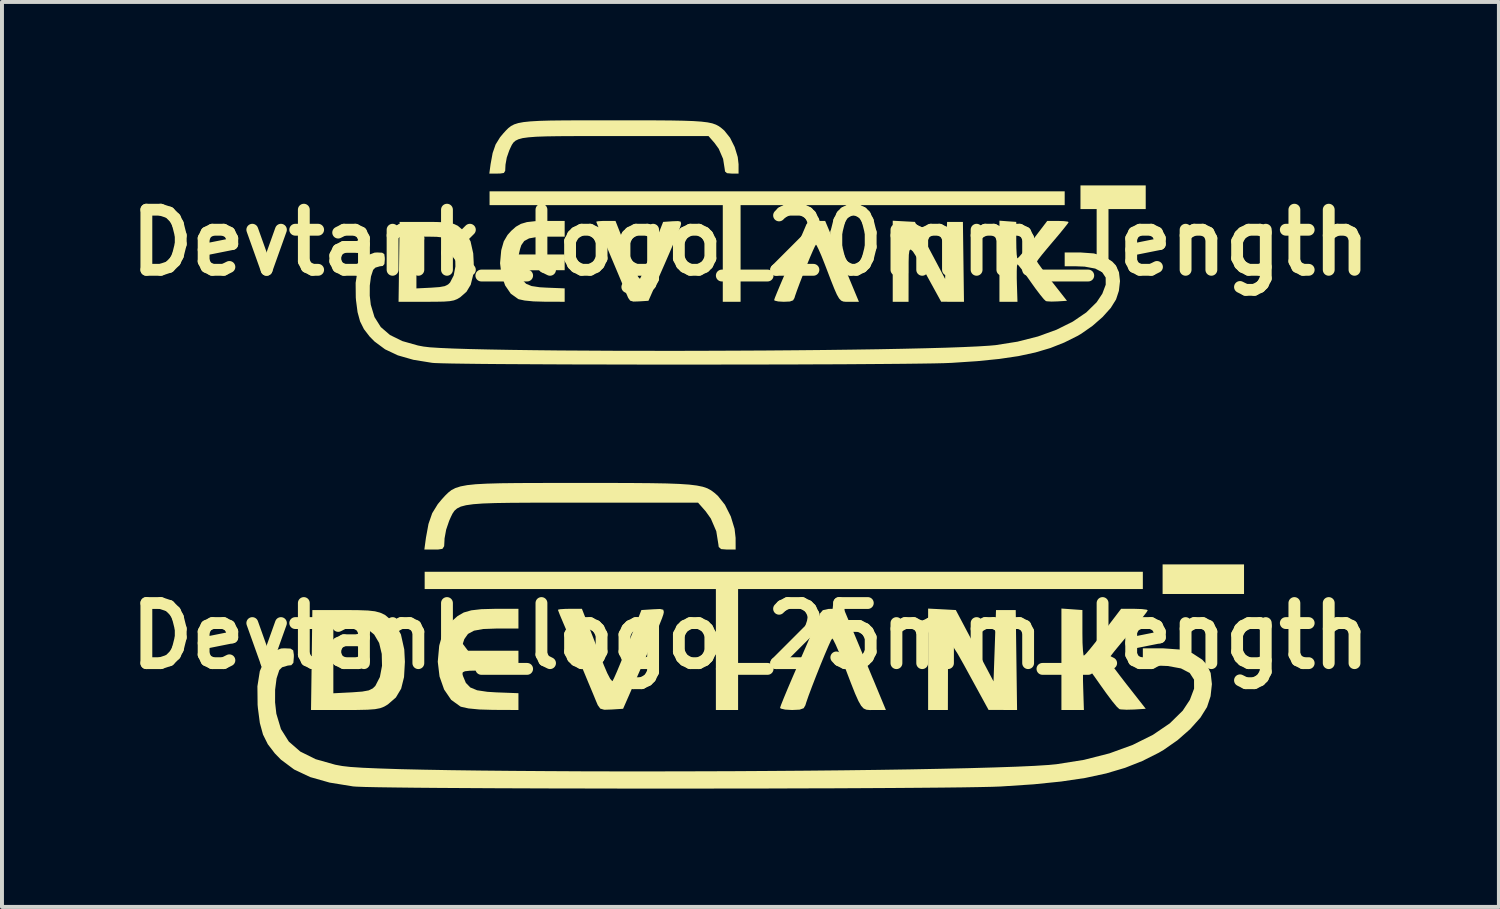
<source format=kicad_pcb>
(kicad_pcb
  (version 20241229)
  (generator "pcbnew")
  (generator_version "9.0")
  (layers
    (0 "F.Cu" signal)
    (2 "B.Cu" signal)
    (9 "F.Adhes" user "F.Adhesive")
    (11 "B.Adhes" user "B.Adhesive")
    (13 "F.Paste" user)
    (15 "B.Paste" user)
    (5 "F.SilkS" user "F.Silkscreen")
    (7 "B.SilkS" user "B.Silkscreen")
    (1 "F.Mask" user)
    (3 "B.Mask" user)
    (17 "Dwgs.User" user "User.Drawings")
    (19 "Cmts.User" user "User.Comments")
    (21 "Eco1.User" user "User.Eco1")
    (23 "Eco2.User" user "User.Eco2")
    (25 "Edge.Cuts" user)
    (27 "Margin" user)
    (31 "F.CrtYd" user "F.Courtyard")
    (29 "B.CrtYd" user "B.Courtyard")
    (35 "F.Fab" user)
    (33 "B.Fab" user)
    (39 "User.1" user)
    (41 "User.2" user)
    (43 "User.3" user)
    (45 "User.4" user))
  (footprint "Devtank_logo_20mm_length"
    (layer "F.Cu")
    (at 15.973 3.1)
    (property "Reference" "Devtank_logo_20mm_length" (at 0 0 0) (layer "F.SilkS") (effects (font (size 1.524 1.524) (thickness 0.3))))
    (attr board_only exclude_from_pos_files exclude_from_bom)
    (fp_poly (pts (xy 10.02 -0.85) (xy 8.366 -0.85) (xy 8.366 -1.45) (xy 10.02 -1.45)) (stroke (width 0) (type solid)) (fill yes) (layer "F.SilkS"))
    (fp_poly (pts (xy 7.966 -0.95) (xy -0.25 -0.95) (xy -0.25 1.5) (xy -0.701 1.5) (xy -0.701 -0.95) (xy -6.613 -0.95) (xy -6.613 -1.3) (xy 7.966 -1.3)) (stroke (width 0) (type solid)) (fill yes) (layer "F.SilkS"))
    (fp_poly (pts (xy 3.888 -0.54) (xy 4.169 -0.525) (xy 4.935 0.92) (xy 4.96 0.197) (xy 4.985 -0.525) (xy 5.386 -0.525) (xy 5.413 1.5) (xy 5.124 1.5) (xy 4.835 1.499) (xy 4.499 0.887) (xy 4.331 0.582) (xy 4.207 0.362) (xy 4.12 0.226) (xy 4.063 0.173) (xy 4.03 0.201) (xy 4.015 0.309) (xy 4.01 0.497) (xy 4.01 0.761) (xy 4.009 0.787) (xy 4.008 1.5) (xy 3.607 1.5) (xy 3.607 -0.555)) (stroke (width 0) (type solid)) (fill yes) (layer "F.SilkS"))
    (fp_poly (pts (xy -8.241 -0.525) (xy -7.963 -0.523) (xy -7.763 -0.515) (xy -7.622 -0.499) (xy -7.518 -0.473) (xy -7.431 -0.433) (xy -7.415 -0.424) (xy -7.224 -0.262) (xy -7.095 -0.031) (xy -7.027 0.274) (xy -7.014 0.523) (xy -7.032 0.833) (xy -7.091 1.068) (xy -7.198 1.246) (xy -7.359 1.387) (xy -7.435 1.432) (xy -7.516 1.464) (xy -7.621 1.484) (xy -7.769 1.495) (xy -7.982 1.499) (xy -8.225 1.5) (xy -8.92 1.5) (xy -8.915 1.161) (xy -8.467 1.161) (xy -8.085 1.142) (xy -7.88 1.127) (xy -7.749 1.103) (xy -7.666 1.062) (xy -7.614 1.011) (xy -7.522 0.832) (xy -7.479 0.605) (xy -7.484 0.364) (xy -7.537 0.143) (xy -7.636 -0.025) (xy -7.644 -0.033) (xy -7.721 -0.096) (xy -7.815 -0.132) (xy -7.955 -0.147) (xy -8.114 -0.15) (xy -8.467 -0.15) (xy -8.467 1.161) (xy -8.915 1.161) (xy -8.893 -0.525)) (stroke (width 0) (type solid)) (fill yes) (layer "F.SilkS"))
    (fp_poly (pts (xy -4.709 -0.55) (xy -4.709 -0.15) (xy -5.155 -0.15) (xy -5.424 -0.14) (xy -5.611 -0.107) (xy -5.734 -0.041) (xy -5.808 0.064) (xy -5.84 0.163) (xy -5.872 0.3) (xy -4.709 0.3) (xy -4.709 0.7) (xy -5.289 0.7) (xy -5.536 0.701) (xy -5.7 0.705) (xy -5.795 0.715) (xy -5.838 0.736) (xy -5.845 0.77) (xy -5.835 0.812) (xy -5.777 0.95) (xy -5.687 1.043) (xy -5.548 1.101) (xy -5.34 1.132) (xy -5.159 1.142) (xy -4.709 1.16) (xy -4.709 1.5) (xy -5.223 1.498) (xy -5.5 1.49) (xy -5.724 1.468) (xy -5.871 1.436) (xy -5.887 1.43) (xy -6.075 1.295) (xy -6.218 1.086) (xy -6.311 0.822) (xy -6.347 0.522) (xy -6.318 0.204) (xy -6.314 0.183) (xy -6.253 -0.03) (xy -6.158 -0.193) (xy -6.065 -0.297) (xy -5.945 -0.403) (xy -5.819 -0.475) (xy -5.666 -0.52) (xy -5.462 -0.543) (xy -5.185 -0.55) (xy -5.129 -0.55)) (stroke (width 0) (type solid)) (fill yes) (layer "F.SilkS"))
    (fp_poly (pts (xy -3.269 -0.163) (xy -3.173 0.084) (xy -3.067 0.355) (xy -2.977 0.588) (xy -2.907 0.753) (xy -2.846 0.869) (xy -2.805 0.915) (xy -2.799 0.913) (xy -2.769 0.855) (xy -2.71 0.721) (xy -2.629 0.529) (xy -2.535 0.295) (xy -2.488 0.175) (xy -2.213 -0.525) (xy -1.977 -0.541) (xy -1.835 -0.546) (xy -1.77 -0.532) (xy -1.758 -0.486) (xy -1.766 -0.441) (xy -1.794 -0.36) (xy -1.856 -0.205) (xy -1.945 0.01) (xy -2.055 0.267) (xy -2.178 0.55) (xy -2.189 0.575) (xy -2.585 1.475) (xy -2.822 1.49) (xy -2.967 1.495) (xy -3.048 1.472) (xy -3.099 1.401) (xy -3.136 1.315) (xy -3.199 1.164) (xy -3.289 0.946) (xy -3.398 0.686) (xy -3.514 0.411) (xy -3.626 0.144) (xy -3.724 -0.088) (xy -3.798 -0.26) (xy -3.813 -0.294) (xy -3.868 -0.426) (xy -3.903 -0.514) (xy -3.908 -0.531) (xy -3.863 -0.542) (xy -3.748 -0.549) (xy -3.664 -0.55) (xy -3.421 -0.55)) (stroke (width 0) (type solid)) (fill yes) (layer "F.SilkS"))
    (fp_poly (pts (xy 2.057 -0.163) (xy 2.14 0.037) (xy 2.248 0.296) (xy 2.367 0.581) (xy 2.483 0.858) (xy 2.485 0.863) (xy 2.75 1.5) (xy 2.508 1.5) (xy 2.422 1.501) (xy 2.354 1.494) (xy 2.299 1.47) (xy 2.247 1.415) (xy 2.191 1.318) (xy 2.125 1.168) (xy 2.039 0.952) (xy 1.927 0.659) (xy 1.88 0.537) (xy 1.8 0.336) (xy 1.73 0.176) (xy 1.68 0.075) (xy 1.661 0.051) (xy 1.634 0.095) (xy 1.58 0.212) (xy 1.506 0.383) (xy 1.422 0.589) (xy 1.334 0.808) (xy 1.251 1.022) (xy 1.181 1.21) (xy 1.131 1.353) (xy 1.116 1.404) (xy 1.081 1.464) (xy 0.999 1.493) (xy 0.846 1.5) (xy 0.705 1.492) (xy 0.616 1.471) (xy 0.601 1.456) (xy 0.62 1.398) (xy 0.674 1.264) (xy 0.756 1.068) (xy 0.86 0.825) (xy 0.98 0.549) (xy 0.993 0.518) (xy 1.117 0.236) (xy 1.228 -0.018) (xy 1.319 -0.229) (xy 1.385 -0.382) (xy 1.417 -0.46) (xy 1.418 -0.463) (xy 1.47 -0.522) (xy 1.584 -0.547) (xy 1.672 -0.55) (xy 1.894 -0.55)) (stroke (width 0) (type solid)) (fill yes) (layer "F.SilkS"))
    (fp_poly (pts (xy 6.525 -0.54) (xy 6.738 -0.525) (xy 6.738 -0.063) (xy 6.741 0.139) (xy 6.749 0.296) (xy 6.761 0.386) (xy 6.769 0.4) (xy 6.809 0.363) (xy 6.897 0.261) (xy 7.018 0.11) (xy 7.161 -0.075) (xy 7.162 -0.075) (xy 7.524 -0.55) (xy 7.795 -0.55) (xy 7.944 -0.545) (xy 8.043 -0.532) (xy 8.066 -0.52) (xy 8.035 -0.472) (xy 7.951 -0.365) (xy 7.827 -0.213) (xy 7.675 -0.033) (xy 7.665 -0.022) (xy 7.512 0.16) (xy 7.385 0.313) (xy 7.299 0.424) (xy 7.264 0.476) (xy 7.264 0.477) (xy 7.293 0.526) (xy 7.373 0.637) (xy 7.491 0.794) (xy 7.636 0.98) (xy 7.644 0.991) (xy 8.024 1.475) (xy 7.788 1.49) (xy 7.634 1.495) (xy 7.518 1.488) (xy 7.489 1.482) (xy 7.436 1.433) (xy 7.342 1.318) (xy 7.22 1.157) (xy 7.111 1.004) (xy 6.982 0.821) (xy 6.873 0.674) (xy 6.797 0.578) (xy 6.767 0.55) (xy 6.756 0.596) (xy 6.751 0.721) (xy 6.751 0.902) (xy 6.754 1.025) (xy 6.769 1.5) (xy 6.312 1.5) (xy 6.312 -0.556)) (stroke (width 0) (type solid)) (fill yes) (layer "F.SilkS"))
    (fp_poly (pts (xy -3.457 -3.1) (xy -2.891 -3.1) (xy -2.416 -3.099) (xy -2.023 -3.096) (xy -1.702 -3.09) (xy -1.446 -3.081) (xy -1.244 -3.067) (xy -1.087 -3.048) (xy -0.967 -3.023) (xy -0.874 -2.99) (xy -0.799 -2.95) (xy -0.733 -2.901) (xy -0.666 -2.843) (xy -0.658 -2.835) (xy -0.517 -2.658) (xy -0.399 -2.422) (xy -0.322 -2.17) (xy -0.301 -1.988) (xy -0.301 -1.75) (xy -0.476 -1.75) (xy -0.595 -1.76) (xy -0.644 -1.803) (xy -0.652 -1.863) (xy -0.693 -2.122) (xy -0.804 -2.379) (xy -0.91 -2.526) (xy -1.062 -2.7) (xy -3.426 -2.7) (xy -3.993 -2.7) (xy -4.468 -2.7) (xy -4.86 -2.698) (xy -5.178 -2.693) (xy -5.431 -2.684) (xy -5.626 -2.669) (xy -5.773 -2.649) (xy -5.88 -2.62) (xy -5.956 -2.583) (xy -6.009 -2.536) (xy -6.048 -2.478) (xy -6.082 -2.407) (xy -6.116 -2.331) (xy -6.177 -2.155) (xy -6.209 -1.976) (xy -6.211 -1.938) (xy -6.217 -1.818) (xy -6.252 -1.765) (xy -6.346 -1.751) (xy -6.416 -1.75) (xy -6.619 -1.75) (xy -6.587 -1.988) (xy -6.535 -2.271) (xy -6.46 -2.487) (xy -6.347 -2.67) (xy -6.269 -2.764) (xy -6.2 -2.84) (xy -6.137 -2.903) (xy -6.069 -2.955) (xy -5.989 -2.997) (xy -5.886 -3.03) (xy -5.751 -3.055) (xy -5.577 -3.073) (xy -5.352 -3.086) (xy -5.069 -3.094) (xy -4.719 -3.098) (xy -4.291 -3.1) (xy -3.777 -3.1)) (stroke (width 0) (type solid)) (fill yes) (layer "F.SilkS"))
    (fp_poly (pts (xy 8.705 0.274) (xy 8.968 0.349) (xy 9.171 0.48) (xy 9.264 0.58) (xy 9.342 0.751) (xy 9.368 0.975) (xy 9.34 1.222) (xy 9.268 1.441) (xy 9.133 1.657) (xy 8.926 1.887) (xy 8.669 2.112) (xy 8.384 2.311) (xy 8.288 2.367) (xy 7.955 2.533) (xy 7.604 2.672) (xy 7.222 2.785) (xy 6.794 2.877) (xy 6.307 2.949) (xy 5.749 3.005) (xy 5.104 3.048) (xy 5.079 3.049) (xy 4.905 3.056) (xy 4.644 3.062) (xy 4.303 3.067) (xy 3.891 3.072) (xy 3.413 3.076) (xy 2.88 3.08) (xy 2.296 3.084) (xy 1.671 3.086) (xy 1.012 3.089) (xy 0.327 3.09) (xy -0.378 3.091) (xy -1.094 3.092) (xy -1.814 3.092) (xy -2.53 3.092) (xy -3.235 3.091) (xy -3.92 3.089) (xy -4.58 3.088) (xy -5.206 3.085) (xy -5.789 3.082) (xy -6.324 3.079) (xy -6.802 3.075) (xy -7.216 3.07) (xy -7.558 3.065) (xy -7.821 3.059) (xy -7.996 3.053) (xy -8.066 3.048) (xy -8.543 2.971) (xy -8.938 2.858) (xy -9.262 2.705) (xy -9.53 2.506) (xy -9.654 2.38) (xy -9.797 2.194) (xy -9.895 1.998) (xy -9.959 1.764) (xy -9.998 1.465) (xy -10.004 1.394) (xy -10.008 1.02) (xy -9.96 0.714) (xy -9.862 0.48) (xy -9.717 0.325) (xy -9.527 0.254) (xy -9.462 0.25) (xy -9.336 0.256) (xy -9.282 0.291) (xy -9.269 0.382) (xy -9.268 0.425) (xy -9.278 0.543) (xy -9.32 0.592) (xy -9.392 0.6) (xy -9.507 0.634) (xy -9.564 0.691) (xy -9.619 0.859) (xy -9.649 1.089) (xy -9.65 1.345) (xy -9.624 1.575) (xy -9.53 1.887) (xy -9.37 2.141) (xy -9.137 2.342) (xy -8.825 2.496) (xy -8.428 2.608) (xy -8.286 2.635) (xy -8.125 2.654) (xy -7.872 2.67) (xy -7.535 2.685) (xy -7.119 2.698) (xy -6.634 2.709) (xy -6.087 2.719) (xy -5.485 2.727) (xy -4.835 2.734) (xy -4.147 2.738) (xy -3.426 2.742) (xy -2.681 2.743) (xy -1.92 2.744) (xy -1.149 2.742) (xy -0.376 2.739) (xy 0.39 2.735) (xy 1.143 2.729) (xy 1.874 2.722) (xy 2.577 2.713) (xy 3.244 2.703) (xy 3.866 2.691) (xy 4.437 2.678) (xy 4.949 2.664) (xy 5.394 2.648) (xy 5.765 2.631) (xy 6.054 2.613) (xy 6.212 2.599) (xy 6.769 2.511) (xy 7.288 2.379) (xy 7.759 2.208) (xy 8.171 2.003) (xy 8.513 1.77) (xy 8.775 1.513) (xy 8.92 1.295) (xy 9.006 1.067) (xy 9.005 0.886) (xy 8.916 0.75) (xy 8.74 0.658) (xy 8.473 0.609) (xy 8.254 0.6) (xy 7.966 0.6) (xy 7.966 0.25) (xy 8.368 0.25)) (stroke (width 0) (type solid)) (fill yes) (layer "F.SilkS")))
  (footprint "Devtank_logo_25mm_length"
    (layer "F.Cu")
    (at 15.973 13.071)
    (property "Reference" "Devtank_logo_25mm_length" (at 0 0 0) (layer "F.SilkS") (effects (font (size 1.524 1.524) (thickness 0.3))))
    (attr board_only exclude_from_pos_files exclude_from_bom)
    (fp_poly (pts (xy 12.512 -1.064) (xy 10.448 -1.064) (xy 10.448 -1.814) (xy 12.512 -1.814)) (stroke (width 0) (type solid)) (fill yes) (layer "F.SilkS"))
    (fp_poly (pts (xy 9.947 -1.189) (xy -0.313 -1.189) (xy -0.313 1.877) (xy -0.876 1.877) (xy -0.876 -1.189) (xy -8.258 -1.189) (xy -8.258 -1.627) (xy 9.947 -1.627)) (stroke (width 0) (type solid)) (fill yes) (layer "F.SilkS"))
    (fp_poly (pts (xy 4.855 -0.676) (xy 5.206 -0.657) (xy 5.684 0.247) (xy 6.162 1.151) (xy 6.194 0.247) (xy 6.225 -0.657) (xy 6.725 -0.657) (xy 6.759 1.877) (xy 6.398 1.876) (xy 6.037 1.876) (xy 5.618 1.11) (xy 5.409 0.728) (xy 5.254 0.453) (xy 5.145 0.283) (xy 5.074 0.216) (xy 5.033 0.252) (xy 5.013 0.387) (xy 5.008 0.621) (xy 5.007 0.952) (xy 5.007 0.985) (xy 5.005 1.877) (xy 4.504 1.877) (xy 4.504 -0.694)) (stroke (width 0) (type solid)) (fill yes) (layer "F.SilkS"))
    (fp_poly (pts (xy -10.291 -0.657) (xy -9.943 -0.654) (xy -9.694 -0.645) (xy -9.518 -0.625) (xy -9.388 -0.591) (xy -9.279 -0.541) (xy -9.259 -0.53) (xy -9.021 -0.328) (xy -8.86 -0.039) (xy -8.775 0.343) (xy -8.759 0.655) (xy -8.781 1.043) (xy -8.854 1.336) (xy -8.988 1.56) (xy -9.19 1.735) (xy -9.285 1.792) (xy -9.386 1.831) (xy -9.517 1.856) (xy -9.702 1.87) (xy -9.968 1.876) (xy -10.271 1.877) (xy -11.139 1.877) (xy -11.133 1.453) (xy -10.573 1.453) (xy -10.097 1.429) (xy -9.841 1.41) (xy -9.677 1.38) (xy -9.573 1.329) (xy -9.508 1.265) (xy -9.393 1.041) (xy -9.339 0.757) (xy -9.346 0.455) (xy -9.412 0.178) (xy -9.535 -0.031) (xy -9.545 -0.041) (xy -9.642 -0.121) (xy -9.759 -0.165) (xy -9.934 -0.184) (xy -10.132 -0.188) (xy -10.573 -0.188) (xy -10.573 1.453) (xy -11.133 1.453) (xy -11.105 -0.657)) (stroke (width 0) (type solid)) (fill yes) (layer "F.SilkS"))
    (fp_poly (pts (xy -5.881 -0.188) (xy -6.437 -0.188) (xy -6.773 -0.176) (xy -7.007 -0.134) (xy -7.16 -0.052) (xy -7.253 0.08) (xy -7.293 0.203) (xy -7.333 0.375) (xy -5.881 0.375) (xy -5.881 0.876) (xy -6.604 0.876) (xy -6.914 0.877) (xy -7.118 0.882) (xy -7.237 0.895) (xy -7.291 0.921) (xy -7.3 0.963) (xy -7.286 1.017) (xy -7.214 1.189) (xy -7.102 1.305) (xy -6.928 1.377) (xy -6.668 1.416) (xy -6.442 1.43) (xy -5.881 1.451) (xy -5.881 1.877) (xy -6.522 1.874) (xy -6.869 1.864) (xy -7.147 1.837) (xy -7.332 1.796) (xy -7.351 1.789) (xy -7.586 1.62) (xy -7.765 1.358) (xy -7.881 1.028) (xy -7.926 0.653) (xy -7.89 0.255) (xy -7.885 0.229) (xy -7.809 -0.038) (xy -7.69 -0.241) (xy -7.574 -0.371) (xy -7.424 -0.504) (xy -7.267 -0.595) (xy -7.075 -0.65) (xy -6.821 -0.679) (xy -6.475 -0.688) (xy -6.405 -0.688) (xy -5.881 -0.688)) (stroke (width 0) (type solid)) (fill yes) (layer "F.SilkS"))
    (fp_poly (pts (xy -4.082 -0.203) (xy -3.962 0.105) (xy -3.83 0.444) (xy -3.718 0.736) (xy -3.63 0.942) (xy -3.554 1.087) (xy -3.503 1.145) (xy -3.496 1.142) (xy -3.458 1.07) (xy -3.384 0.903) (xy -3.284 0.662) (xy -3.166 0.369) (xy -3.107 0.219) (xy -2.764 -0.657) (xy -2.469 -0.676) (xy -2.292 -0.684) (xy -2.21 -0.665) (xy -2.195 -0.608) (xy -2.206 -0.551) (xy -2.24 -0.451) (xy -2.318 -0.256) (xy -2.429 0.012) (xy -2.566 0.334) (xy -2.72 0.689) (xy -2.733 0.719) (xy -3.228 1.846) (xy -3.524 1.865) (xy -3.705 1.871) (xy -3.806 1.842) (xy -3.87 1.754) (xy -3.916 1.646) (xy -3.994 1.456) (xy -4.108 1.184) (xy -4.243 0.859) (xy -4.388 0.514) (xy -4.528 0.181) (xy -4.651 -0.11) (xy -4.743 -0.325) (xy -4.761 -0.368) (xy -4.831 -0.533) (xy -4.873 -0.643) (xy -4.88 -0.665) (xy -4.824 -0.678) (xy -4.68 -0.687) (xy -4.576 -0.688) (xy -4.272 -0.688)) (stroke (width 0) (type solid)) (fill yes) (layer "F.SilkS"))
    (fp_poly (pts (xy 2.568 -0.203) (xy 2.673 0.047) (xy 2.808 0.371) (xy 2.956 0.727) (xy 3.1 1.074) (xy 3.103 1.079) (xy 3.434 1.877) (xy 3.133 1.877) (xy 3.024 1.878) (xy 2.94 1.87) (xy 2.87 1.839) (xy 2.806 1.77) (xy 2.737 1.649) (xy 2.653 1.461) (xy 2.546 1.191) (xy 2.406 0.825) (xy 2.348 0.673) (xy 2.248 0.421) (xy 2.161 0.22) (xy 2.098 0.094) (xy 2.074 0.064) (xy 2.04 0.118) (xy 1.973 0.265) (xy 1.881 0.48) (xy 1.775 0.737) (xy 1.666 1.011) (xy 1.562 1.279) (xy 1.474 1.514) (xy 1.412 1.693) (xy 1.393 1.757) (xy 1.349 1.832) (xy 1.247 1.868) (xy 1.056 1.877) (xy 0.88 1.867) (xy 0.77 1.841) (xy 0.751 1.822) (xy 0.775 1.75) (xy 0.842 1.582) (xy 0.944 1.336) (xy 1.074 1.032) (xy 1.224 0.687) (xy 1.241 0.649) (xy 1.395 0.296) (xy 1.533 -0.023) (xy 1.648 -0.287) (xy 1.729 -0.478) (xy 1.769 -0.576) (xy 1.77 -0.579) (xy 1.835 -0.653) (xy 1.978 -0.685) (xy 2.088 -0.688) (xy 2.366 -0.688)) (stroke (width 0) (type solid)) (fill yes) (layer "F.SilkS"))
    (fp_poly (pts (xy 8.149 -0.676) (xy 8.415 -0.657) (xy 8.415 -0.078) (xy 8.418 0.173) (xy 8.429 0.37) (xy 8.443 0.483) (xy 8.452 0.5) (xy 8.503 0.454) (xy 8.612 0.326) (xy 8.764 0.137) (xy 8.943 -0.094) (xy 8.943 -0.094) (xy 9.396 -0.688) (xy 9.734 -0.688) (xy 9.921 -0.682) (xy 10.044 -0.666) (xy 10.072 -0.65) (xy 10.034 -0.591) (xy 9.929 -0.457) (xy 9.774 -0.267) (xy 9.584 -0.042) (xy 9.572 -0.028) (xy 9.38 0.2) (xy 9.222 0.392) (xy 9.114 0.531) (xy 9.072 0.595) (xy 9.071 0.596) (xy 9.108 0.658) (xy 9.207 0.797) (xy 9.355 0.993) (xy 9.535 1.227) (xy 9.546 1.24) (xy 10.021 1.846) (xy 9.726 1.865) (xy 9.533 1.87) (xy 9.388 1.862) (xy 9.352 1.854) (xy 9.286 1.793) (xy 9.168 1.65) (xy 9.017 1.448) (xy 8.88 1.256) (xy 8.719 1.027) (xy 8.583 0.843) (xy 8.488 0.723) (xy 8.451 0.688) (xy 8.437 0.746) (xy 8.43 0.902) (xy 8.43 1.128) (xy 8.434 1.282) (xy 8.453 1.877) (xy 7.883 1.877) (xy 7.883 -0.695)) (stroke (width 0) (type solid)) (fill yes) (layer "F.SilkS"))
    (fp_poly (pts (xy -4.317 -3.879) (xy -3.61 -3.879) (xy -3.017 -3.877) (xy -2.526 -3.873) (xy -2.126 -3.866) (xy -1.806 -3.854) (xy -1.553 -3.837) (xy -1.358 -3.813) (xy -1.207 -3.782) (xy -1.091 -3.742) (xy -0.997 -3.691) (xy -0.915 -3.63) (xy -0.832 -3.557) (xy -0.822 -3.547) (xy -0.646 -3.325) (xy -0.498 -3.03) (xy -0.402 -2.715) (xy -0.376 -2.487) (xy -0.375 -2.19) (xy -0.594 -2.19) (xy -0.743 -2.202) (xy -0.804 -2.256) (xy -0.814 -2.33) (xy -0.866 -2.655) (xy -1.004 -2.976) (xy -1.136 -3.161) (xy -1.327 -3.378) (xy -4.278 -3.378) (xy -4.986 -3.378) (xy -5.579 -3.378) (xy -6.069 -3.375) (xy -6.466 -3.369) (xy -6.782 -3.358) (xy -7.025 -3.34) (xy -7.209 -3.314) (xy -7.343 -3.279) (xy -7.437 -3.232) (xy -7.504 -3.173) (xy -7.553 -3.1) (xy -7.596 -3.012) (xy -7.638 -2.916) (xy -7.713 -2.696) (xy -7.754 -2.472) (xy -7.756 -2.424) (xy -7.764 -2.275) (xy -7.808 -2.208) (xy -7.924 -2.19) (xy -8.012 -2.19) (xy -8.266 -2.19) (xy -8.226 -2.487) (xy -8.161 -2.841) (xy -8.067 -3.112) (xy -7.926 -3.341) (xy -7.828 -3.459) (xy -7.743 -3.553) (xy -7.663 -3.632) (xy -7.579 -3.698) (xy -7.478 -3.75) (xy -7.35 -3.791) (xy -7.182 -3.823) (xy -6.964 -3.846) (xy -6.684 -3.861) (xy -6.331 -3.871) (xy -5.892 -3.876) (xy -5.358 -3.878) (xy -4.716 -3.879)) (stroke (width 0) (type solid)) (fill yes) (layer "F.SilkS"))
    (fp_poly (pts (xy 10.871 0.343) (xy 11.199 0.436) (xy 11.452 0.601) (xy 11.568 0.726) (xy 11.666 0.939) (xy 11.698 1.22) (xy 11.664 1.529) (xy 11.574 1.803) (xy 11.405 2.073) (xy 11.147 2.361) (xy 10.826 2.643) (xy 10.47 2.891) (xy 10.35 2.961) (xy 9.934 3.17) (xy 9.496 3.343) (xy 9.018 3.485) (xy 8.484 3.6) (xy 7.876 3.69) (xy 7.179 3.761) (xy 6.374 3.814) (xy 6.343 3.816) (xy 6.126 3.824) (xy 5.799 3.831) (xy 5.374 3.838) (xy 4.858 3.844) (xy 4.263 3.849) (xy 3.596 3.854) (xy 2.868 3.858) (xy 2.087 3.862) (xy 1.264 3.864) (xy 0.408 3.867) (xy -0.472 3.868) (xy -1.366 3.869) (xy -2.265 3.869) (xy -3.159 3.869) (xy -4.039 3.867) (xy -4.896 3.866) (xy -5.719 3.863) (xy -6.5 3.86) (xy -7.23 3.856) (xy -7.898 3.852) (xy -8.495 3.847) (xy -9.011 3.841) (xy -9.438 3.835) (xy -9.766 3.828) (xy -9.985 3.82) (xy -10.072 3.814) (xy -10.668 3.717) (xy -11.161 3.577) (xy -11.567 3.385) (xy -11.901 3.136) (xy -12.056 2.977) (xy -12.234 2.745) (xy -12.356 2.5) (xy -12.436 2.208) (xy -12.485 1.833) (xy -12.493 1.745) (xy -12.498 1.277) (xy -12.437 0.893) (xy -12.315 0.601) (xy -12.134 0.407) (xy -11.897 0.318) (xy -11.816 0.313) (xy -11.659 0.32) (xy -11.591 0.364) (xy -11.574 0.478) (xy -11.574 0.532) (xy -11.586 0.68) (xy -11.638 0.741) (xy -11.728 0.751) (xy -11.872 0.794) (xy -11.943 0.865) (xy -12.012 1.075) (xy -12.049 1.362) (xy -12.05 1.683) (xy -12.018 1.971) (xy -11.901 2.361) (xy -11.701 2.678) (xy -11.41 2.931) (xy -11.021 3.124) (xy -10.525 3.264) (xy -10.347 3.297) (xy -10.147 3.32) (xy -9.831 3.341) (xy -9.409 3.359) (xy -8.89 3.376) (xy -8.284 3.39) (xy -7.601 3.402) (xy -6.849 3.412) (xy -6.038 3.42) (xy -5.178 3.426) (xy -4.278 3.431) (xy -3.348 3.433) (xy -2.397 3.433) (xy -1.435 3.431) (xy -0.47 3.428) (xy 0.487 3.422) (xy 1.427 3.415) (xy 2.341 3.406) (xy 3.218 3.395) (xy 4.05 3.382) (xy 4.828 3.367) (xy 5.541 3.351) (xy 6.18 3.333) (xy 6.736 3.314) (xy 7.199 3.293) (xy 7.56 3.27) (xy 7.758 3.251) (xy 8.453 3.141) (xy 9.101 2.976) (xy 9.689 2.762) (xy 10.203 2.506) (xy 10.631 2.215) (xy 10.958 1.894) (xy 11.139 1.62) (xy 11.246 1.335) (xy 11.245 1.108) (xy 11.135 0.938) (xy 10.914 0.823) (xy 10.581 0.762) (xy 10.307 0.751) (xy 9.947 0.751) (xy 9.947 0.313) (xy 10.45 0.313)) (stroke (width 0) (type solid)) (fill yes) (layer "F.SilkS")))
  (gr_rect
    (start -3 -3)
    (end 34.946 19.94)
    (stroke (width 0.1) (type default))
    (fill no)
    (layer "Edge.Cuts")))
</source>
